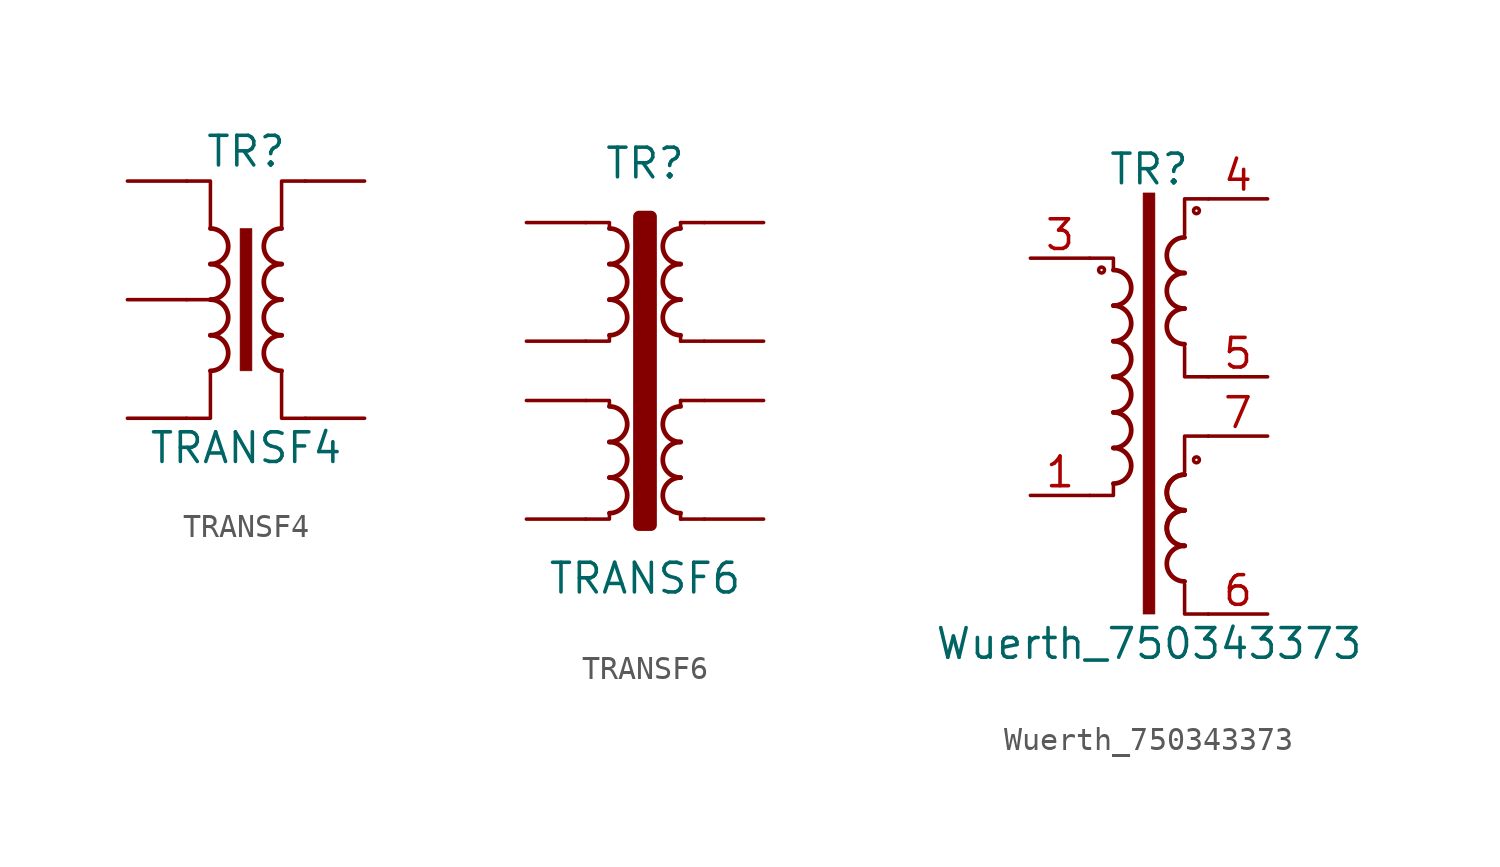
<source format=kicad_sym>
(kicad_symbol_lib
  (version 20220914)
  (generator kicad_symbol_editor)
  (symbol "TRANSF4"
    (pin_numbers hide)
    (pin_names
      (offset 0))
    (property "Reference" "TR"
      (at 0 6.35 0)
      (effects (font (size 1.27 1.27))))
    (property "Value" "TRANSF4"
      (at 0 -6.35 0)
      (effects (font (size 1.27 1.27))))
    (symbol "TRANSF4_0_1"
      (arc (start -1.524 -3.048) (mid -0.7653 -2.286) (end -1.524 -1.524) (stroke (width 0.2032) (type default)) (fill (type none)))
      (arc (start -1.524 -1.524) (mid -0.7653 -0.762) (end -1.524 0) (stroke (width 0.2032) (type default)) (fill (type none)))
      (arc (start -1.524 0) (mid -0.7653 0.762) (end -1.524 1.524) (stroke (width 0.2032) (type default)) (fill (type none)))
      (arc (start -1.524 1.524) (mid -0.7653 2.286) (end -1.524 3.048) (stroke (width 0.2032) (type default)) (fill (type none)))
      (rectangle (start -0.254 3.048) (end 0.254 -3.048) (stroke (width 0.025) (type default)) (fill (type outline)))
      (polyline (pts (xy -1.524 0) (xy -2.54 0) (xy -2.54 0)) (stroke (width 0) (type default)) (fill (type outline)))
      (polyline (pts (xy -2.54 5.08) (xy -1.524 5.08) (xy -1.524 3.048) (xy -1.524 3.048)) (stroke (width 0.152) (type default)) (fill (type none)))
      (polyline (pts (xy -1.524 -3.048) (xy -1.524 -5.08) (xy -2.54 -5.08) (xy -2.54 -5.08)) (stroke (width 0.152) (type default)) (fill (type none)))
      (polyline (pts (xy 1.524 3.048) (xy 1.524 5.08) (xy 2.54 5.08) (xy 2.54 5.08)) (stroke (width 0.152) (type default)) (fill (type none)))
      (polyline (pts (xy 2.54 -5.08) (xy 1.524 -5.08) (xy 1.524 -3.048) (xy 1.524 -3.048)) (stroke (width 0.152) (type default)) (fill (type none)))
      (arc (start 1.524 -1.524) (mid 0.7653 -2.286) (end 1.524 -3.048) (stroke (width 0.2032) (type default)) (fill (type none)))
      (arc (start 1.524 0) (mid 0.7653 -0.762) (end 1.524 -1.524) (stroke (width 0.2032) (type default)) (fill (type none)))
      (arc (start 1.524 1.524) (mid 0.7653 0.762) (end 1.524 0) (stroke (width 0.2032) (type default)) (fill (type none)))
      (arc (start 1.524 3.048) (mid 0.7653 2.286) (end 1.524 1.524) (stroke (width 0.2032) (type default)) (fill (type none))))
    (symbol "TRANSF4_1_1"
      (pin passive line (at -5.08 5.08 0) (length 2.54) (name "~" (effects (font (size 1.27 1.27)))) (number "1" (effects (font (size 1.27 1.27)))))
      (pin passive line (at -5.08 0 0) (length 2.54) (name "~" (effects (font (size 1.27 1.27)))) (number "2" (effects (font (size 1.27 1.27)))))
      (pin passive line (at -5.08 -5.08 0) (length 2.54) (name "~" (effects (font (size 1.27 1.27)))) (number "3" (effects (font (size 1.27 1.27)))))
      (pin passive line (at 5.08 -5.08 180) (length 2.54) (name "~" (effects (font (size 1.27 1.27)))) (number "4" (effects (font (size 1.27 1.27)))))
      (pin passive line (at 5.08 5.08 180) (length 2.54) (name "~" (effects (font (size 1.27 1.27)))) (number "5" (effects (font (size 1.27 1.27)))))))
  (symbol "TRANSF6"
    (pin_numbers hide)
    (pin_names
      (offset 0))
    (property "Reference" "TR"
      (at 0 10.16 0)
      (effects (font (size 1.27 1.27))))
    (property "Value" "TRANSF6"
      (at 0 -7.62 0)
      (effects (font (size 1.27 1.27))))
    (symbol "TRANSF6_0_1"
      (arc (start -1.524 -4.826) (mid -0.7653 -4.064) (end -1.524 -3.302) (stroke (width 0.2032) (type default)) (fill (type none)))
      (arc (start -1.524 -3.302) (mid -0.7653 -2.54) (end -1.524 -1.778) (stroke (width 0.2032) (type default)) (fill (type none)))
      (arc (start -1.524 -1.778) (mid -0.7653 -1.016) (end -1.524 -0.254) (stroke (width 0.2032) (type default)) (fill (type none)))
      (arc (start -1.524 2.794) (mid -0.7653 3.556) (end -1.524 4.318) (stroke (width 0.2032) (type default)) (fill (type none)))
      (arc (start -1.524 4.318) (mid -0.7653 5.08) (end -1.524 5.842) (stroke (width 0.2032) (type default)) (fill (type none)))
      (arc (start -1.524 5.842) (mid -0.7653 6.604) (end -1.524 7.366) (stroke (width 0.2032) (type default)) (fill (type none)))
      (rectangle (start -0.254 7.874) (end 0.254 -5.334) (stroke (width 0.508) (type default)) (fill (type outline)))
      (polyline (pts (xy 1.524 -4.826) (xy 1.524 -5.08) (xy 1.524 -5.08)) (stroke (width 0) (type default)) (fill (type outline)))
      (polyline (pts (xy 1.524 0) (xy 1.524 -0.254) (xy 1.524 -0.254)) (stroke (width 0) (type default)) (fill (type outline)))
      (polyline (pts (xy 1.524 0) (xy 2.54 0) (xy 2.54 0)) (stroke (width 0) (type default)) (fill (type none)))
      (polyline (pts (xy 1.524 2.54) (xy 1.524 2.794) (xy 1.524 2.794)) (stroke (width 0) (type default)) (fill (type outline)))
      (polyline (pts (xy 1.524 2.54) (xy 2.54 2.54) (xy 2.54 2.54)) (stroke (width 0) (type default)) (fill (type none)))
      (polyline (pts (xy 1.524 7.62) (xy 1.524 7.366) (xy 1.524 7.366)) (stroke (width 0) (type default)) (fill (type outline)))
      (polyline (pts (xy 1.524 7.62) (xy 2.54 7.62) (xy 2.54 7.62)) (stroke (width 0) (type default)) (fill (type none)))
      (polyline (pts (xy 2.54 -5.08) (xy 1.524 -5.08) (xy 1.524 -5.08)) (stroke (width 0) (type default)) (fill (type none)))
      (polyline (pts (xy -1.524 -4.826) (xy -1.524 -5.08) (xy -2.54 -5.08) (xy -2.54 -5.08)) (stroke (width 0) (type default)) (fill (type none)))
      (polyline (pts (xy -1.524 -0.254) (xy -1.524 0) (xy -2.54 0) (xy -2.54 0)) (stroke (width 0) (type default)) (fill (type none)))
      (polyline (pts (xy -1.524 2.794) (xy -1.524 2.54) (xy -2.54 2.54) (xy -2.54 2.54)) (stroke (width 0) (type default)) (fill (type none)))
      (polyline (pts (xy -1.524 7.366) (xy -1.524 7.62) (xy -2.54 7.62) (xy -2.54 7.62)) (stroke (width 0) (type default)) (fill (type none)))
      (arc (start 1.524 -3.302) (mid 0.7653 -4.064) (end 1.524 -4.826) (stroke (width 0.2032) (type default)) (fill (type none)))
      (arc (start 1.524 -1.778) (mid 0.7653 -2.54) (end 1.524 -3.302) (stroke (width 0.2032) (type default)) (fill (type none)))
      (arc (start 1.524 -0.254) (mid 0.7653 -1.016) (end 1.524 -1.778) (stroke (width 0.2032) (type default)) (fill (type none)))
      (arc (start 1.524 4.318) (mid 0.7653 3.556) (end 1.524 2.794) (stroke (width 0.2032) (type default)) (fill (type none)))
      (arc (start 1.524 5.842) (mid 0.7653 5.08) (end 1.524 4.318) (stroke (width 0.2032) (type default)) (fill (type none)))
      (arc (start 1.524 7.366) (mid 0.7653 6.604) (end 1.524 5.842) (stroke (width 0.2032) (type default)) (fill (type none))))
    (symbol "TRANSF6_1_1"
      (pin passive line (at -5.08 7.62 0) (length 2.54) (name "~" (effects (font (size 1.27 1.27)))) (number "1" (effects (font (size 1.27 1.27)))))
      (pin passive line (at -5.08 2.54 0) (length 2.54) (name "~" (effects (font (size 1.27 1.27)))) (number "2" (effects (font (size 1.27 1.27)))))
      (pin passive line (at -5.08 0 0) (length 2.54) (name "~" (effects (font (size 1.27 1.27)))) (number "3" (effects (font (size 1.27 1.27)))))
      (pin passive line (at -5.08 -5.08 0) (length 2.54) (name "~" (effects (font (size 1.27 1.27)))) (number "4" (effects (font (size 1.27 1.27)))))
      (pin passive line (at 5.08 -5.08 180) (length 2.54) (name "~" (effects (font (size 1.27 1.27)))) (number "5" (effects (font (size 1.27 1.27)))))
      (pin passive line (at 5.08 0 180) (length 2.54) (name "~" (effects (font (size 1.27 1.27)))) (number "6" (effects (font (size 1.27 1.27)))))
      (pin passive line (at 5.08 2.54 180) (length 2.54) (name "~" (effects (font (size 1.27 1.27)))) (number "7" (effects (font (size 1.27 1.27)))))
      (pin passive line (at 5.08 7.62 180) (length 2.54) (name "~" (effects (font (size 1.27 1.27)))) (number "8" (effects (font (size 1.27 1.27)))))))
  (symbol "Wuerth_750343373"
    (property "Reference" "TR"
      (at 0 8.89 0)
      (effects (font (size 1.27 1.27))))
    (property "Value" "Wuerth_750343373"
      (at 0 -11.43 0)
      (effects (font (size 1.27 1.27))))
    (symbol "Wuerth_750343373_0_1"
      (circle (center -2.032 4.572) (radius 0.127) (stroke (width 0) (type default)) (fill (type none)))
      (arc (start -1.524 -4.572) (mid -0.7653 -3.81) (end -1.524 -3.048) (stroke (width 0.2032) (type default)) (fill (type none)))
      (arc (start -1.524 -3.048) (mid -0.7653 -2.286) (end -1.524 -1.524) (stroke (width 0.2032) (type default)) (fill (type none)))
      (arc (start -1.524 -1.524) (mid -0.7653 -0.762) (end -1.524 0) (stroke (width 0.2032) (type default)) (fill (type none)))
      (arc (start -1.524 0) (mid -0.7653 0.762) (end -1.524 1.524) (stroke (width 0.2032) (type default)) (fill (type none)))
      (arc (start -1.524 1.524) (mid -0.7653 2.286) (end -1.524 3.048) (stroke (width 0.2032) (type default)) (fill (type none)))
      (arc (start -1.524 3.048) (mid -0.7653 3.81) (end -1.524 4.572) (stroke (width 0.2032) (type default)) (fill (type none)))
      (rectangle (start -0.254 7.874) (end 0.254 -10.16) (stroke (width 0.025) (type default)) (fill (type outline)))
      (polyline (pts (xy -1.524 -4.572) (xy -1.524 -5.08) (xy -2.54 -5.08)) (stroke (width 0) (type default)) (fill (type none)))
      (polyline (pts (xy -1.524 4.572) (xy -1.524 5.08) (xy -2.54 5.08)) (stroke (width 0) (type default)) (fill (type none)))
      (polyline (pts (xy 1.524 -8.89) (xy 1.524 -10.16) (xy 2.54 -10.16)) (stroke (width 0) (type default)) (fill (type none)))
      (polyline (pts (xy 2.54 -2.54) (xy 1.524 -2.54) (xy 1.524 -4.064)) (stroke (width 0) (type default)) (fill (type none)))
      (polyline (pts (xy 2.54 0) (xy 1.524 0) (xy 1.524 1.27)) (stroke (width 0) (type default)) (fill (type none)))
      (polyline (pts (xy 2.54 7.62) (xy 1.524 7.62) (xy 1.524 6.096)) (stroke (width 0) (type default)) (fill (type none)))
      (arc (start 1.524 -7.239) (mid 0.7653 -8.001) (end 1.524 -8.763) (stroke (width 0.2032) (type default)) (fill (type none)))
      (arc (start 1.524 -5.715) (mid 0.7653 -6.477) (end 1.524 -7.239) (stroke (width 0.2032) (type default)) (fill (type none)))
      (arc (start 1.524 -5.715) (mid 0.7653 -6.477) (end 1.524 -7.239) (stroke (width 0.2032) (type default)) (fill (type none)))
      (arc (start 1.524 -4.191) (mid 0.7653 -4.953) (end 1.524 -5.715) (stroke (width 0.2032) (type default)) (fill (type none)))
      (arc (start 1.524 -4.191) (mid 0.7653 -4.953) (end 1.524 -5.715) (stroke (width 0.2032) (type default)) (fill (type none)))
      (arc (start 1.524 2.921) (mid 0.7653 2.159) (end 1.524 1.397) (stroke (width 0.2032) (type default)) (fill (type none)))
      (arc (start 1.524 4.445) (mid 0.7653 3.683) (end 1.524 2.921) (stroke (width 0.2032) (type default)) (fill (type none)))
      (arc (start 1.524 5.969) (mid 0.7653 5.207) (end 1.524 4.445) (stroke (width 0.2032) (type default)) (fill (type none)))
      (circle (center 2.032 -3.556) (radius 0.127) (stroke (width 0) (type default)) (fill (type none)))
      (circle (center 2.032 7.112) (radius 0.127) (stroke (width 0) (type default)) (fill (type none))))
    (symbol "Wuerth_750343373_1_1"
      (pin passive line (at -5.08 -5.08 0) (length 2.54) (name "~" (effects (font (size 1.27 1.27)))) (number "1" (effects (font (size 1.27 1.27)))))
      (pin no_connect line (at 0 -7.62 0) (length 2.54) hide (name "~" (effects (font (size 1.27 1.27)))) (number "10" (effects (font (size 1.27 1.27)))))
      (pin no_connect line (at 0 2.54 180) (length 2.54) hide (name "~" (effects (font (size 1.27 1.27)))) (number "2" (effects (font (size 1.27 1.27)))))
      (pin passive line (at -5.08 5.08 0) (length 2.54) (name "~" (effects (font (size 1.27 1.27)))) (number "3" (effects (font (size 1.27 1.27)))))
      (pin passive line (at 5.08 7.62 180) (length 2.54) (name "~" (effects (font (size 1.27 1.27)))) (number "4" (effects (font (size 1.27 1.27)))))
      (pin passive line (at 5.08 0 180) (length 2.54) (name "~" (effects (font (size 1.27 1.27)))) (number "5" (effects (font (size 1.27 1.27)))))
      (pin passive line (at 5.08 -10.16 180) (length 2.54) (name "~" (effects (font (size 1.27 1.27)))) (number "6" (effects (font (size 1.27 1.27)))))
      (pin passive line (at 5.08 -2.54 180) (length 2.54) (name "~" (effects (font (size 1.27 1.27)))) (number "7" (effects (font (size 1.27 1.27)))))
      (pin no_connect line (at 0 0 180) (length 2.54) hide (name "~" (effects (font (size 1.27 1.27)))) (number "8" (effects (font (size 1.27 1.27)))))
      (pin no_connect line (at 0 -2.54 180) (length 2.54) hide (name "~" (effects (font (size 1.27 1.27)))) (number "9" (effects (font (size 1.27 1.27))))))))
</source>
